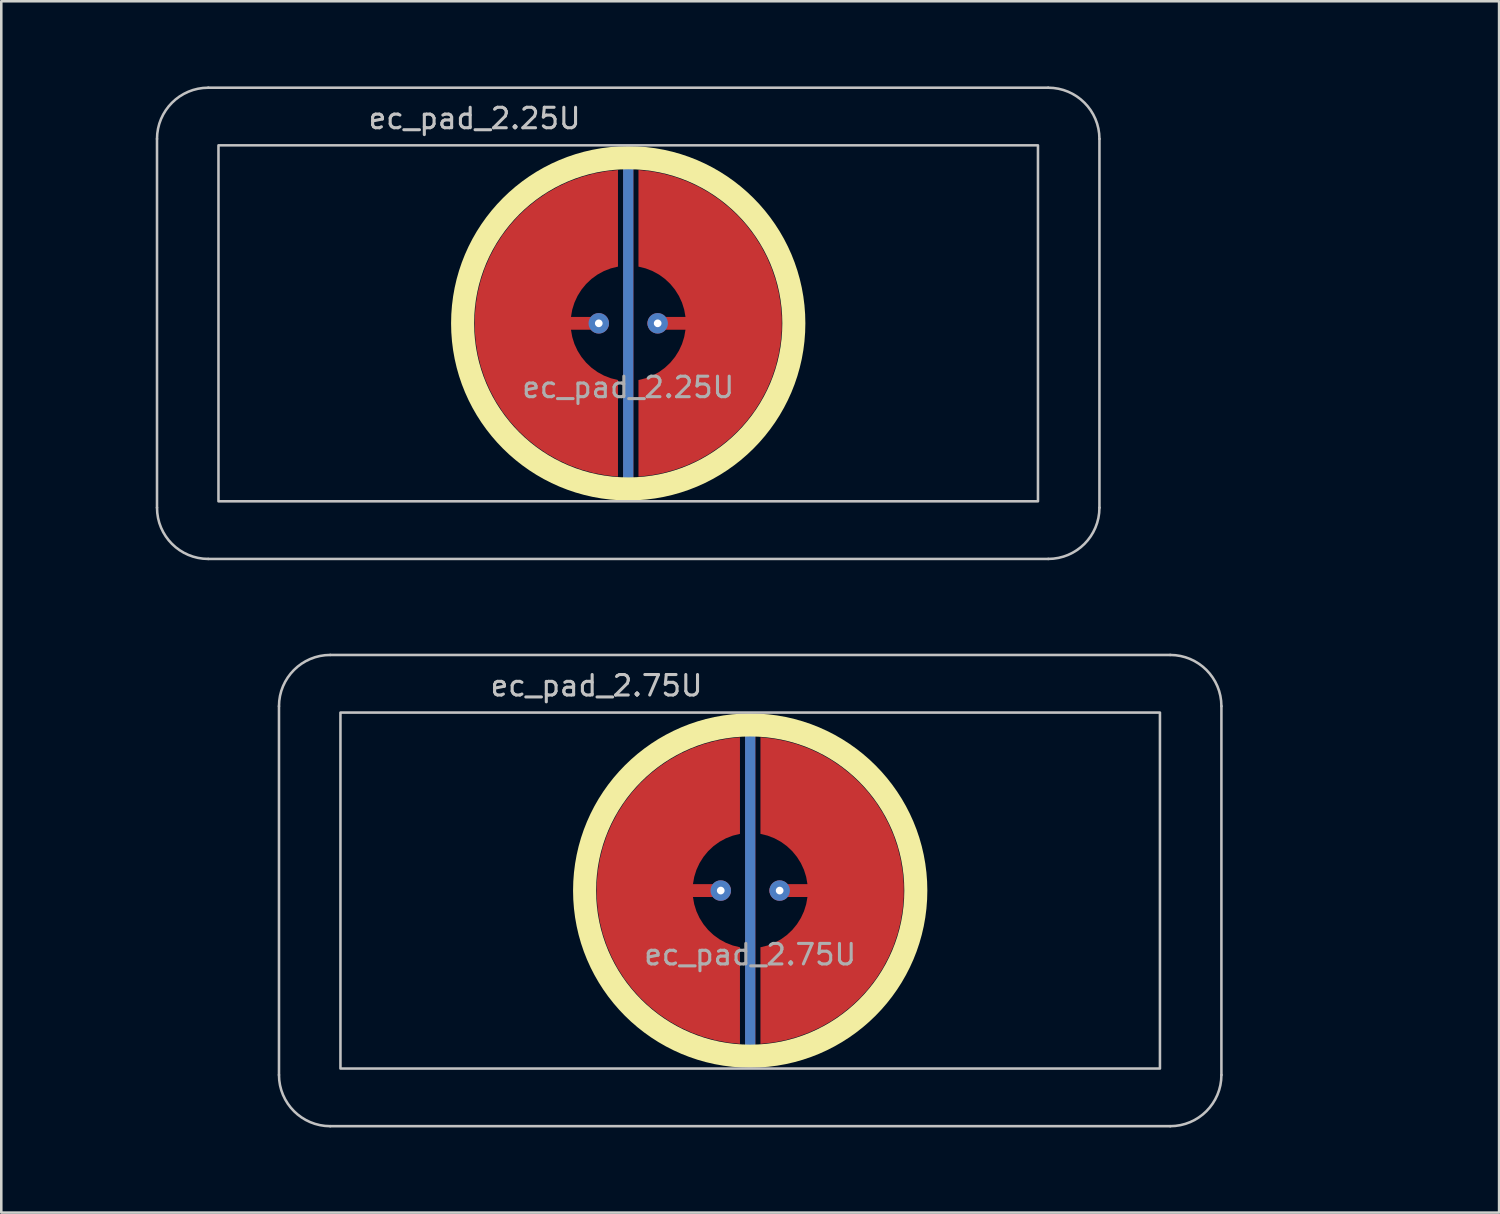
<source format=kicad_pcb>
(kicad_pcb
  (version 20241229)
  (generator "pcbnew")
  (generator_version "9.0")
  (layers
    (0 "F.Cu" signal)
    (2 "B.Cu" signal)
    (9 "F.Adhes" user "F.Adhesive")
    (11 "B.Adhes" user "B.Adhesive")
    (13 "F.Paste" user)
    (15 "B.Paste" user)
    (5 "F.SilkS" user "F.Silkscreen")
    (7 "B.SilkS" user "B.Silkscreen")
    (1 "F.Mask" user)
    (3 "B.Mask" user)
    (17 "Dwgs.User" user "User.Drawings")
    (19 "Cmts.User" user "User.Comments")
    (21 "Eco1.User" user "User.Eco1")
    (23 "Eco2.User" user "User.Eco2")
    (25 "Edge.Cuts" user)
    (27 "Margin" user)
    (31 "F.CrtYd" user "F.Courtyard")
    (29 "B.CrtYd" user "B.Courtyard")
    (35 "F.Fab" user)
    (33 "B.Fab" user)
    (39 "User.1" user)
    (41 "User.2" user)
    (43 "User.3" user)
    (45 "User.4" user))
  (footprint "ec_pad_2.25U"
    (layer "F.Cu")
    (at 21.481 9.575)
    (property "Reference" "ec_pad_2.25U" (at -6 -8 0) (layer "Dwgs.User") (effects (font (size 0.8 0.8) (thickness 0.12))))
    (attr exclude_from_pos_files exclude_from_bom)
    (fp_circle (center 0 0) (end -6.467 0) (stroke (width 0.9) (type solid)) (fill no) (layer "F.SilkS"))
    (fp_line (start -18.4 7.2) (end -18.4 -7.2) (stroke (width 0.1) (type default)) (layer "Dwgs.User"))
    (fp_line (start -16.4 -9.2) (end 16.4 -9.2) (stroke (width 0.1) (type default)) (layer "Dwgs.User"))
    (fp_line (start 16.4 9.2) (end -16.4 9.2) (stroke (width 0.1) (type default)) (layer "Dwgs.User"))
    (fp_line (start 18.4 -7.2) (end 18.4 7.2) (stroke (width 0.1) (type default)) (layer "Dwgs.User"))
    (fp_rect (start -16 -6.95) (end 16 6.95) (stroke (width 0.1) (type default)) (fill no) (layer "Dwgs.User"))
    (fp_arc (start -18.4 -7.2) (mid -17.814214 -8.614214) (end -16.4 -9.2) (stroke (width 0.1) (type default)) (layer "Dwgs.User"))
    (fp_arc (start -16.4 9.2) (mid -17.814214 8.614214) (end -18.4 7.2) (stroke (width 0.1) (type default)) (layer "Dwgs.User"))
    (fp_arc (start 16.4 -9.2) (mid 17.814214 -8.614214) (end 18.4 -7.2) (stroke (width 0.1) (type default)) (layer "Dwgs.User"))
    (fp_arc (start 18.4 7.2) (mid 17.814214 8.614214) (end 16.4 9.2) (stroke (width 0.1) (type default)) (layer "Dwgs.User"))
    (fp_rect (start -21.431 -9.525) (end 21.431 9.525) (stroke (width 0.1) (type default)) (fill no) (layer "Eco2.User"))
    (fp_text user "${REFERENCE}" (at 0 2.5 180) (layer "F.Fab") (effects (font (size 0.8 0.8) (thickness 0.12))))
    (pad "1" thru_hole circle (at -1.15 0 90) (size 0.8 0.8) (drill 0.3) (layers "*.Cu"))
    (pad "1" smd custom (at -1 0) (size 0.4 0.4) (layers "F.Cu") (options (anchor circle)) (primitives (gr_poly (pts (xy 0.6 -2.214) (xy 0.32 -2.145) (xy 0.052 -2.041) (xy -0.201 -1.903) (xy -0.434 -1.734) (xy -0.644 -1.536) (xy -0.826 -1.314) (xy -0.979 -1.07) (xy -1.1 -0.808) (xy -1.186 -0.534) (xy -1.236 -0.25) (xy 0 -0.25) (xy 0.096 -0.231) (xy 0.177 -0.177) (xy 0.231 -0.096) (xy 0.25 0) (xy 0.231 0.096) (xy 0.177 0.177) (xy 0.096 0.231) (xy 0 0.25) (xy -1.236 0.25) (xy -1.186 0.534) (xy -1.1 0.808) (xy -0.979 1.07) (xy -0.826 1.314) (xy -0.644 1.536) (xy -0.434 1.734) (xy -0.201 1.903) (xy 0.052 2.041) (xy 0.32 2.145) (xy 0.6 2.214) (xy 0.6 5.987) (xy 0.115 5.934) (xy -0.364 5.843) (xy -0.834 5.713) (xy -1.292 5.545) (xy -1.735 5.341) (xy -2.159 5.101) (xy -2.563 4.827) (xy -2.943 4.522) (xy -3.298 4.187) (xy -3.623 3.824) (xy -3.919 3.436) (xy -4.182 3.025) (xy -4.41 2.594) (xy -4.603 2.147) (xy -4.759 1.684) (xy -4.876 1.211) (xy -4.955 0.73) (xy -4.995 0.244) (xy -4.995 -0.244) (xy -4.955 -0.73) (xy -4.876 -1.211) (xy -4.759 -1.684) (xy -4.603 -2.147) (xy -4.41 -2.594) (xy -4.182 -3.025) (xy -3.919 -3.436) (xy -3.623 -3.824) (xy -3.298 -4.187) (xy -2.943 -4.522) (xy -2.563 -4.827) (xy -2.159 -5.101) (xy -1.735 -5.341) (xy -1.292 -5.545) (xy -0.834 -5.713) (xy -0.364 -5.843) (xy 0.115 -5.934) (xy 0.6 -5.987)) (width 0) (fill yes))))
    (pad "2" smd custom (at 1 0 180) (size 0.4 0.4) (layers "F.Cu") (options (anchor circle)) (primitives (gr_poly (pts (xy 0.6 -2.214) (xy 0.32 -2.145) (xy 0.052 -2.041) (xy -0.201 -1.903) (xy -0.434 -1.734) (xy -0.644 -1.536) (xy -0.826 -1.314) (xy -0.979 -1.07) (xy -1.1 -0.808) (xy -1.186 -0.534) (xy -1.236 -0.25) (xy 0 -0.25) (xy 0.096 -0.231) (xy 0.177 -0.177) (xy 0.231 -0.096) (xy 0.25 0) (xy 0.231 0.096) (xy 0.177 0.177) (xy 0.096 0.231) (xy 0 0.25) (xy -1.236 0.25) (xy -1.186 0.534) (xy -1.1 0.808) (xy -0.979 1.07) (xy -0.826 1.314) (xy -0.644 1.536) (xy -0.434 1.734) (xy -0.201 1.903) (xy 0.052 2.041) (xy 0.32 2.145) (xy 0.6 2.214) (xy 0.6 5.987) (xy 0.115 5.934) (xy -0.364 5.843) (xy -0.834 5.713) (xy -1.292 5.545) (xy -1.735 5.341) (xy -2.159 5.101) (xy -2.563 4.827) (xy -2.943 4.522) (xy -3.298 4.187) (xy -3.623 3.824) (xy -3.919 3.436) (xy -4.182 3.025) (xy -4.41 2.594) (xy -4.603 2.147) (xy -4.759 1.684) (xy -4.876 1.211) (xy -4.955 0.73) (xy -4.995 0.244) (xy -4.995 -0.244) (xy -4.955 -0.73) (xy -4.876 -1.211) (xy -4.759 -1.684) (xy -4.603 -2.147) (xy -4.41 -2.594) (xy -4.182 -3.025) (xy -3.919 -3.436) (xy -3.623 -3.824) (xy -3.298 -4.187) (xy -2.943 -4.522) (xy -2.563 -4.827) (xy -2.159 -5.101) (xy -1.735 -5.341) (xy -1.292 -5.545) (xy -0.834 -5.713) (xy -0.364 -5.843) (xy 0.115 -5.934) (xy 0.6 -5.987)) (width 0) (fill yes))))
    (pad "2" thru_hole circle (at 1.15 0 90) (size 0.8 0.8) (drill 0.3) (layers "*.Cu"))
    (pad "3" smd roundrect (at 0 0) (size 0.4 12.5) (layers "B.Cu") (roundrect_rratio 0.5))
    (pad "3" smd roundrect (at 0 0) (size 0.4 12.75) (layers "F.Cu") (roundrect_rratio 0.5))
    (zone (net_name "") (layer "F.Cu") (hatch edge 0.508) (connect_pads) (min_thickness 0.254) (filled_areas_thickness no) (keepout (tracks allowed) (vias allowed) (pads allowed) (copperpour not_allowed) (footprints allowed)) (placement (enabled no)) (fill) (polygon (pts (xy 21.481 15.825) (xy 20.937 15.801) (xy 20.396 15.73) (xy 19.864 15.612) (xy 19.344 15.448) (xy 18.84 15.239) (xy 18.356 14.988) (xy 17.896 14.695) (xy 17.464 14.363) (xy 17.062 13.994) (xy 16.693 13.592) (xy 16.362 13.16) (xy 16.069 12.7) (xy 15.817 12.216) (xy 15.608 11.713) (xy 15.444 11.193) (xy 15.326 10.66) (xy 15.255 10.12) (xy 15.231 9.575) (xy 15.255 9.03) (xy 15.326 8.49) (xy 15.444 7.957) (xy 15.608 7.437) (xy 15.817 6.934) (xy 16.069 6.45) (xy 16.362 5.99) (xy 16.693 5.558) (xy 17.062 5.156) (xy 17.464 4.787) (xy 17.896 4.455) (xy 18.356 4.162) (xy 18.84 3.911) (xy 19.344 3.702) (xy 19.864 3.538) (xy 20.396 3.42) (xy 20.937 3.349) (xy 21.481 3.325) (xy 22.026 3.349) (xy 22.567 3.42) (xy 23.099 3.538) (xy 23.619 3.702) (xy 24.123 3.911) (xy 24.606 4.162) (xy 25.066 4.455) (xy 25.499 4.787) (xy 25.901 5.156) (xy 26.269 5.558) (xy 26.601 5.99) (xy 26.894 6.45) (xy 27.146 6.934) (xy 27.354 7.437) (xy 27.518 7.957) (xy 27.636 8.49) (xy 27.707 9.03) (xy 27.731 9.575) (xy 27.707 10.12) (xy 27.636 10.66) (xy 27.518 11.193) (xy 27.354 11.713) (xy 27.146 12.216) (xy 26.894 12.7) (xy 26.601 13.16) (xy 26.269 13.592) (xy 25.901 13.994) (xy 25.499 14.363) (xy 25.066 14.695) (xy 24.606 14.988) (xy 24.123 15.239) (xy 23.619 15.448) (xy 23.099 15.612) (xy 22.567 15.73) (xy 22.026 15.801))))
    (zone (net_name "") (layer "B.Cu") (hatch edge 0.1) (connect_pads) (min_thickness 0.254) (filled_areas_thickness no) (keepout (tracks allowed) (vias allowed) (pads allowed) (copperpour not_allowed) (footprints allowed)) (placement (enabled no)) (fill) (polygon (pts (xy 21.481 15.575) (xy 20.958 15.552) (xy 20.439 15.484) (xy 19.928 15.371) (xy 19.429 15.213) (xy 18.946 15.013) (xy 18.481 14.771) (xy 18.04 14.49) (xy 17.625 14.171) (xy 17.239 13.818) (xy 16.885 13.432) (xy 16.566 13.016) (xy 16.285 12.575) (xy 16.043 12.111) (xy 15.843 11.627) (xy 15.686 11.128) (xy 15.572 10.617) (xy 15.504 10.098) (xy 15.481 9.575) (xy 15.504 9.052) (xy 15.572 8.533) (xy 15.686 8.022) (xy 15.843 7.523) (xy 16.043 7.039) (xy 16.285 6.575) (xy 16.566 6.134) (xy 16.885 5.718) (xy 17.239 5.332) (xy 17.625 4.979) (xy 18.04 4.66) (xy 18.481 4.379) (xy 18.946 4.137) (xy 19.429 3.937) (xy 19.928 3.779) (xy 20.439 3.666) (xy 20.958 3.598) (xy 21.481 3.575) (xy 22.004 3.598) (xy 22.523 3.666) (xy 23.034 3.779) (xy 23.533 3.937) (xy 24.017 4.137) (xy 24.481 4.379) (xy 24.923 4.66) (xy 25.338 4.979) (xy 25.724 5.332) (xy 26.078 5.718) (xy 26.396 6.134) (xy 26.677 6.575) (xy 26.919 7.039) (xy 27.119 7.523) (xy 27.277 8.022) (xy 27.39 8.533) (xy 27.458 9.052) (xy 27.481 9.575) (xy 27.458 10.098) (xy 27.39 10.617) (xy 27.277 11.128) (xy 27.119 11.627) (xy 26.919 12.111) (xy 26.677 12.575) (xy 26.396 13.016) (xy 26.078 13.432) (xy 25.724 13.818) (xy 25.338 14.171) (xy 24.923 14.49) (xy 24.481 14.771) (xy 24.017 15.013) (xy 23.533 15.213) (xy 23.034 15.371) (xy 22.523 15.484) (xy 22.004 15.552)))))
  (footprint "ec_pad_2.75U"
    (layer "F.Cu")
    (at 26.244 31.725)
    (property "Reference" "ec_pad_2.75U" (at -6 -8 0) (layer "Dwgs.User") (effects (font (size 0.8 0.8) (thickness 0.12))))
    (attr exclude_from_pos_files exclude_from_bom)
    (fp_circle (center 0 0) (end -6.467 0) (stroke (width 0.9) (type solid)) (fill no) (layer "F.SilkS"))
    (fp_line (start -18.4 7.2) (end -18.4 -7.2) (stroke (width 0.1) (type default)) (layer "Dwgs.User"))
    (fp_line (start -16.4 -9.2) (end 16.4 -9.2) (stroke (width 0.1) (type default)) (layer "Dwgs.User"))
    (fp_line (start 16.4 9.2) (end -16.4 9.2) (stroke (width 0.1) (type default)) (layer "Dwgs.User"))
    (fp_line (start 18.4 -7.2) (end 18.4 7.2) (stroke (width 0.1) (type default)) (layer "Dwgs.User"))
    (fp_rect (start -16 -6.95) (end 16 6.95) (stroke (width 0.1) (type default)) (fill no) (layer "Dwgs.User"))
    (fp_arc (start -18.4 -7.2) (mid -17.814214 -8.614214) (end -16.4 -9.2) (stroke (width 0.1) (type default)) (layer "Dwgs.User"))
    (fp_arc (start -16.4 9.2) (mid -17.814214 8.614214) (end -18.4 7.2) (stroke (width 0.1) (type default)) (layer "Dwgs.User"))
    (fp_arc (start 16.4 -9.2) (mid 17.814214 -8.614214) (end 18.4 -7.2) (stroke (width 0.1) (type default)) (layer "Dwgs.User"))
    (fp_arc (start 18.4 7.2) (mid 17.814214 8.614214) (end 16.4 9.2) (stroke (width 0.1) (type default)) (layer "Dwgs.User"))
    (fp_rect (start -26.194 -9.525) (end 26.194 9.525) (stroke (width 0.1) (type default)) (fill no) (layer "Eco2.User"))
    (fp_text user "${REFERENCE}" (at 0 2.5 180) (layer "F.Fab") (effects (font (size 0.8 0.8) (thickness 0.12))))
    (pad "1" thru_hole circle (at -1.15 0 90) (size 0.8 0.8) (drill 0.3) (layers "*.Cu"))
    (pad "1" smd custom (at -1 0) (size 0.4 0.4) (layers "F.Cu") (options (anchor circle)) (primitives (gr_poly (pts (xy 0.6 -2.214) (xy 0.32 -2.145) (xy 0.052 -2.041) (xy -0.201 -1.903) (xy -0.434 -1.734) (xy -0.644 -1.536) (xy -0.826 -1.314) (xy -0.979 -1.07) (xy -1.1 -0.808) (xy -1.186 -0.534) (xy -1.236 -0.25) (xy 0 -0.25) (xy 0.096 -0.231) (xy 0.177 -0.177) (xy 0.231 -0.096) (xy 0.25 0) (xy 0.231 0.096) (xy 0.177 0.177) (xy 0.096 0.231) (xy 0 0.25) (xy -1.236 0.25) (xy -1.186 0.534) (xy -1.1 0.808) (xy -0.979 1.07) (xy -0.826 1.314) (xy -0.644 1.536) (xy -0.434 1.734) (xy -0.201 1.903) (xy 0.052 2.041) (xy 0.32 2.145) (xy 0.6 2.214) (xy 0.6 5.987) (xy 0.115 5.934) (xy -0.364 5.843) (xy -0.834 5.713) (xy -1.292 5.545) (xy -1.735 5.341) (xy -2.159 5.101) (xy -2.563 4.827) (xy -2.943 4.522) (xy -3.298 4.187) (xy -3.623 3.824) (xy -3.919 3.436) (xy -4.182 3.025) (xy -4.41 2.594) (xy -4.603 2.147) (xy -4.759 1.684) (xy -4.876 1.211) (xy -4.955 0.73) (xy -4.995 0.244) (xy -4.995 -0.244) (xy -4.955 -0.73) (xy -4.876 -1.211) (xy -4.759 -1.684) (xy -4.603 -2.147) (xy -4.41 -2.594) (xy -4.182 -3.025) (xy -3.919 -3.436) (xy -3.623 -3.824) (xy -3.298 -4.187) (xy -2.943 -4.522) (xy -2.563 -4.827) (xy -2.159 -5.101) (xy -1.735 -5.341) (xy -1.292 -5.545) (xy -0.834 -5.713) (xy -0.364 -5.843) (xy 0.115 -5.934) (xy 0.6 -5.987)) (width 0) (fill yes))))
    (pad "2" smd custom (at 1 0 180) (size 0.4 0.4) (layers "F.Cu") (options (anchor circle)) (primitives (gr_poly (pts (xy 0.6 -2.214) (xy 0.32 -2.145) (xy 0.052 -2.041) (xy -0.201 -1.903) (xy -0.434 -1.734) (xy -0.644 -1.536) (xy -0.826 -1.314) (xy -0.979 -1.07) (xy -1.1 -0.808) (xy -1.186 -0.534) (xy -1.236 -0.25) (xy 0 -0.25) (xy 0.096 -0.231) (xy 0.177 -0.177) (xy 0.231 -0.096) (xy 0.25 0) (xy 0.231 0.096) (xy 0.177 0.177) (xy 0.096 0.231) (xy 0 0.25) (xy -1.236 0.25) (xy -1.186 0.534) (xy -1.1 0.808) (xy -0.979 1.07) (xy -0.826 1.314) (xy -0.644 1.536) (xy -0.434 1.734) (xy -0.201 1.903) (xy 0.052 2.041) (xy 0.32 2.145) (xy 0.6 2.214) (xy 0.6 5.987) (xy 0.115 5.934) (xy -0.364 5.843) (xy -0.834 5.713) (xy -1.292 5.545) (xy -1.735 5.341) (xy -2.159 5.101) (xy -2.563 4.827) (xy -2.943 4.522) (xy -3.298 4.187) (xy -3.623 3.824) (xy -3.919 3.436) (xy -4.182 3.025) (xy -4.41 2.594) (xy -4.603 2.147) (xy -4.759 1.684) (xy -4.876 1.211) (xy -4.955 0.73) (xy -4.995 0.244) (xy -4.995 -0.244) (xy -4.955 -0.73) (xy -4.876 -1.211) (xy -4.759 -1.684) (xy -4.603 -2.147) (xy -4.41 -2.594) (xy -4.182 -3.025) (xy -3.919 -3.436) (xy -3.623 -3.824) (xy -3.298 -4.187) (xy -2.943 -4.522) (xy -2.563 -4.827) (xy -2.159 -5.101) (xy -1.735 -5.341) (xy -1.292 -5.545) (xy -0.834 -5.713) (xy -0.364 -5.843) (xy 0.115 -5.934) (xy 0.6 -5.987)) (width 0) (fill yes))))
    (pad "2" thru_hole circle (at 1.15 0 90) (size 0.8 0.8) (drill 0.3) (layers "*.Cu"))
    (pad "3" smd roundrect (at 0 0) (size 0.4 12.5) (layers "B.Cu") (roundrect_rratio 0.5))
    (pad "3" smd roundrect (at 0 0) (size 0.4 12.75) (layers "F.Cu") (roundrect_rratio 0.5))
    (zone (net_name "") (layer "F.Cu") (hatch edge 0.508) (connect_pads) (min_thickness 0.254) (filled_areas_thickness no) (keepout (tracks allowed) (vias allowed) (pads allowed) (copperpour not_allowed) (footprints allowed)) (placement (enabled no)) (fill) (polygon (pts (xy 26.244 37.975) (xy 25.699 37.951) (xy 25.158 37.88) (xy 24.626 37.762) (xy 24.106 37.598) (xy 23.602 37.389) (xy 23.119 37.138) (xy 22.659 36.845) (xy 22.226 36.513) (xy 21.824 36.144) (xy 21.456 35.742) (xy 21.124 35.31) (xy 20.831 34.85) (xy 20.579 34.366) (xy 20.371 33.863) (xy 20.207 33.343) (xy 20.089 32.81) (xy 20.018 32.27) (xy 19.994 31.725) (xy 20.018 31.18) (xy 20.089 30.64) (xy 20.207 30.107) (xy 20.371 29.587) (xy 20.579 29.084) (xy 20.831 28.6) (xy 21.124 28.14) (xy 21.456 27.708) (xy 21.824 27.306) (xy 22.226 26.937) (xy 22.659 26.605) (xy 23.119 26.312) (xy 23.602 26.061) (xy 24.106 25.852) (xy 24.626 25.688) (xy 25.158 25.57) (xy 25.699 25.499) (xy 26.244 25.475) (xy 26.788 25.499) (xy 27.329 25.57) (xy 27.861 25.688) (xy 28.381 25.852) (xy 28.885 26.061) (xy 29.369 26.312) (xy 29.829 26.605) (xy 30.261 26.937) (xy 30.663 27.306) (xy 31.032 27.708) (xy 31.363 28.14) (xy 31.656 28.6) (xy 31.908 29.084) (xy 32.117 29.587) (xy 32.281 30.107) (xy 32.399 30.64) (xy 32.47 31.18) (xy 32.494 31.725) (xy 32.47 32.27) (xy 32.399 32.81) (xy 32.281 33.343) (xy 32.117 33.863) (xy 31.908 34.366) (xy 31.656 34.85) (xy 31.363 35.31) (xy 31.032 35.742) (xy 30.663 36.144) (xy 30.261 36.513) (xy 29.829 36.845) (xy 29.369 37.138) (xy 28.885 37.389) (xy 28.381 37.598) (xy 27.861 37.762) (xy 27.329 37.88) (xy 26.788 37.951))))
    (zone (net_name "") (layer "B.Cu") (hatch edge 0.1) (connect_pads) (min_thickness 0.254) (filled_areas_thickness no) (keepout (tracks allowed) (vias allowed) (pads allowed) (copperpour not_allowed) (footprints allowed)) (placement (enabled no)) (fill) (polygon (pts (xy 26.244 37.725) (xy 25.721 37.702) (xy 25.202 37.634) (xy 24.691 37.521) (xy 24.192 37.363) (xy 23.708 37.163) (xy 23.244 36.921) (xy 22.802 36.64) (xy 22.387 36.321) (xy 22.001 35.968) (xy 21.647 35.582) (xy 21.329 35.166) (xy 21.048 34.725) (xy 20.806 34.261) (xy 20.606 33.777) (xy 20.448 33.278) (xy 20.335 32.767) (xy 20.267 32.248) (xy 20.244 31.725) (xy 20.267 31.202) (xy 20.335 30.683) (xy 20.448 30.172) (xy 20.606 29.673) (xy 20.806 29.189) (xy 21.048 28.725) (xy 21.329 28.284) (xy 21.647 27.868) (xy 22.001 27.482) (xy 22.387 27.129) (xy 22.802 26.81) (xy 23.244 26.529) (xy 23.708 26.287) (xy 24.192 26.087) (xy 24.691 25.929) (xy 25.202 25.816) (xy 25.721 25.748) (xy 26.244 25.725) (xy 26.767 25.748) (xy 27.286 25.816) (xy 27.797 25.929) (xy 28.296 26.087) (xy 28.779 26.287) (xy 29.244 26.529) (xy 29.685 26.81) (xy 30.1 27.129) (xy 30.486 27.482) (xy 30.84 27.868) (xy 31.159 28.284) (xy 31.44 28.725) (xy 31.682 29.189) (xy 31.882 29.673) (xy 32.039 30.172) (xy 32.153 30.683) (xy 32.221 31.202) (xy 32.244 31.725) (xy 32.221 32.248) (xy 32.153 32.767) (xy 32.039 33.278) (xy 31.882 33.777) (xy 31.682 34.261) (xy 31.44 34.725) (xy 31.159 35.166) (xy 30.84 35.582) (xy 30.486 35.968) (xy 30.1 36.321) (xy 29.685 36.64) (xy 29.244 36.921) (xy 28.779 37.163) (xy 28.296 37.363) (xy 27.797 37.521) (xy 27.286 37.634) (xy 26.767 37.702)))))
  (gr_rect
    (start -3 -3)
    (end 55.487 44.3)
    (stroke (width 0.1) (type default))
    (fill no)
    (layer "Edge.Cuts")))
</source>
